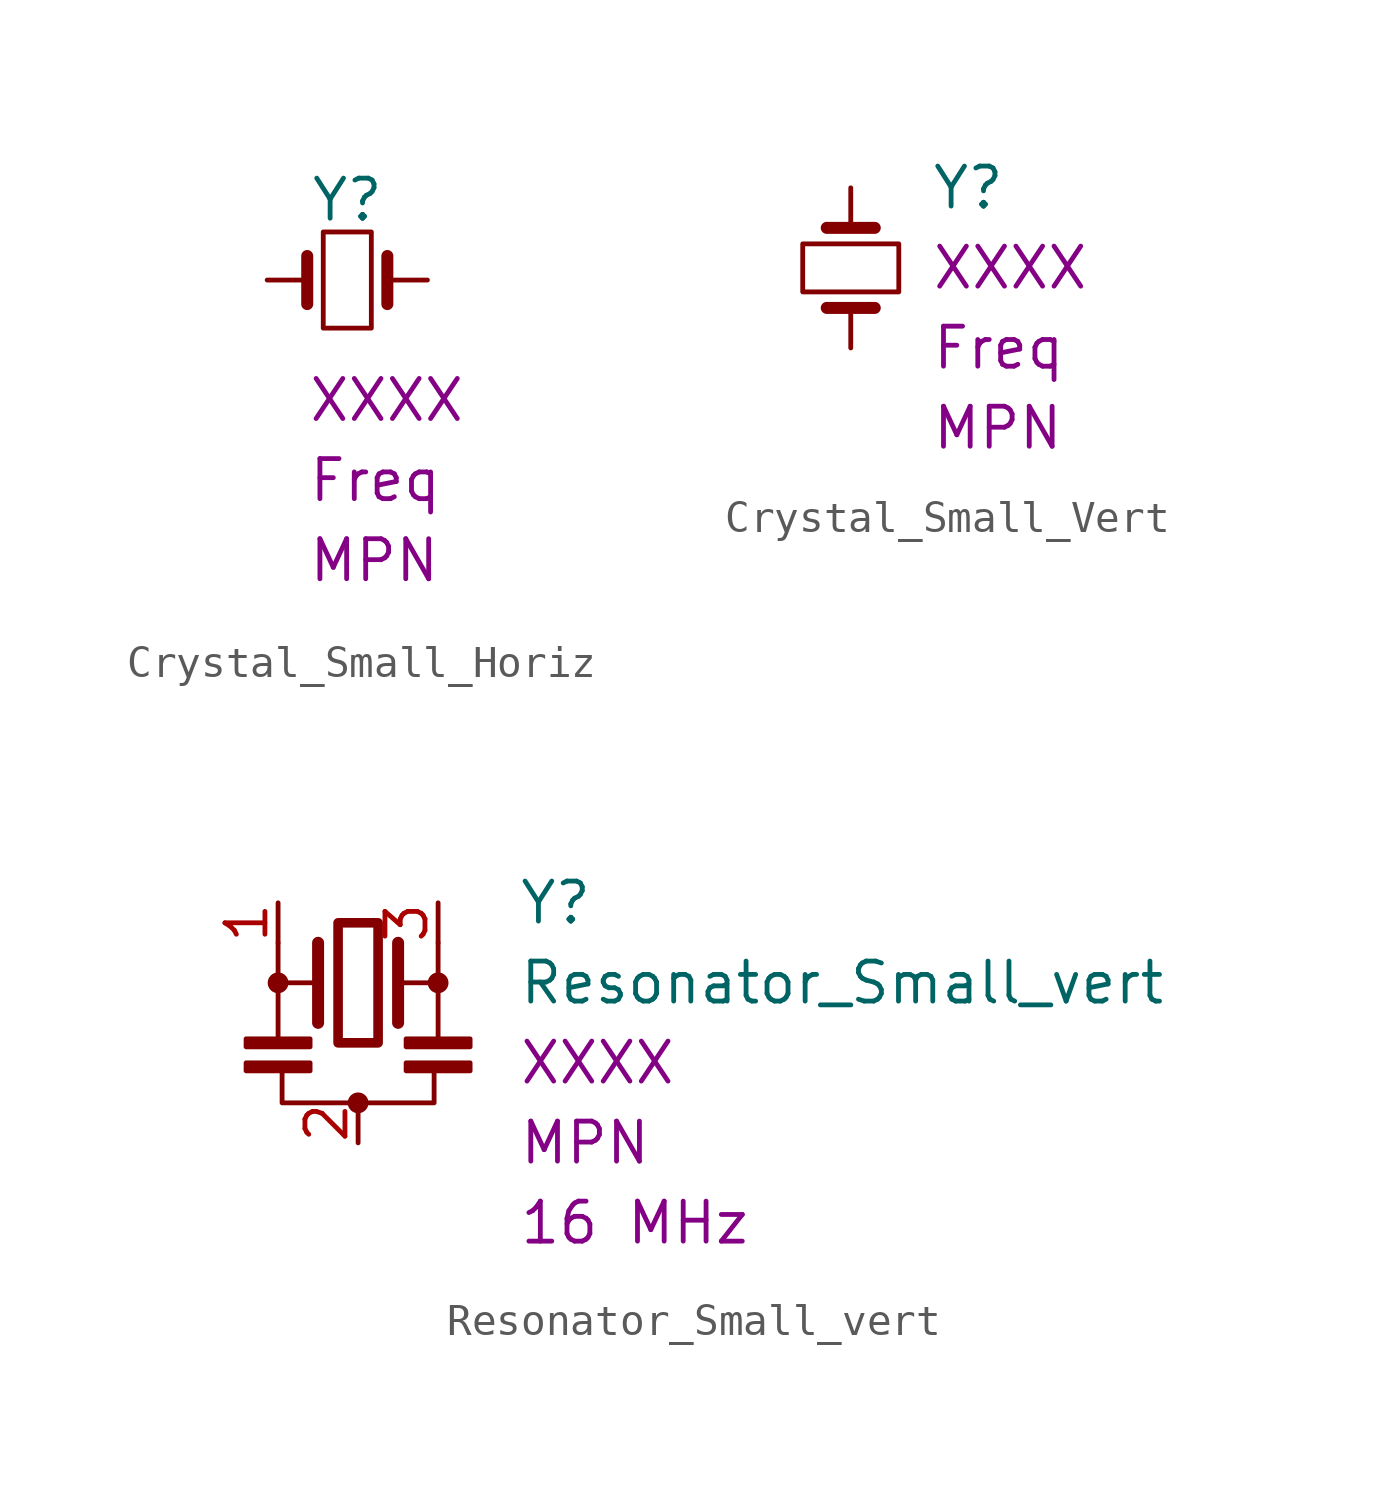
<source format=kicad_sym>
(kicad_symbol_lib
  (version 20211014)
  (generator kicad_symbol_editor)
  (symbol "Crystal_Small_Horiz"
    (pin_numbers hide)
    (pin_names
      (offset 1.016) hide)
    (property "Reference" "Y"
      (at 0 2.54 0)
      (effects (font (size 1.27 1.27))))
    (property "MPN" "MPN"
      (at -1.27 -8.89 0)
      (effects (font (size 1.27 1.27)) (justify left)))
    (property "Package" "XXXX"
      (at -1.27 -3.81 0)
      (effects (font (size 1.27 1.27)) (justify left)))
    (property "Frequency" "Freq"
      (at -1.27 -6.35 0)
      (effects (font (size 1.27 1.27)) (justify left)))
    (symbol "Crystal_Small_Horiz_0_1"
      (rectangle (start -0.762 -1.524) (end 0.762 1.524) (stroke (width 0) (type default) (color 0 0 0 0)) (fill (type none)))
      (polyline (pts (xy -1.27 -0.762) (xy -1.27 0.762)) (stroke (width 0.381) (type default) (color 0 0 0 0)) (fill (type none)))
      (polyline (pts (xy 1.27 -0.762) (xy 1.27 0.762)) (stroke (width 0.381) (type default) (color 0 0 0 0)) (fill (type none))))
    (symbol "Crystal_Small_Horiz_1_1"
      (pin passive line (at -2.54 0 0) (length 1.27) (name "1" (effects (font (size 1.27 1.27)))) (number "1" (effects (font (size 1.27 1.27)))))
      (pin passive line (at 2.54 0 180) (length 1.27) (name "2" (effects (font (size 1.27 1.27)))) (number "2" (effects (font (size 1.27 1.27)))))))
  (symbol "Crystal_Small_Vert"
    (pin_numbers hide)
    (pin_names
      (offset 1.016) hide)
    (property "Reference" "Y"
      (at 2.54 2.54 0)
      (effects (font (size 1.27 1.27)) (justify left)))
    (property "MPN" "MPN"
      (at 2.54 -5.08 0)
      (effects (font (size 1.27 1.27)) (justify left)))
    (property "Package" "XXXX"
      (at 2.54 0 0)
      (effects (font (size 1.27 1.27)) (justify left)))
    (property "Frequency" "Freq"
      (at 2.54 -2.54 0)
      (effects (font (size 1.27 1.27)) (justify left)))
    (symbol "Crystal_Small_Vert_0_1"
      (polyline (pts (xy 0.762 -1.27) (xy -0.762 -1.27)) (stroke (width 0.381) (type default) (color 0 0 0 0)) (fill (type none)))
      (polyline (pts (xy 0.762 1.27) (xy -0.762 1.27)) (stroke (width 0.381) (type default) (color 0 0 0 0)) (fill (type none)))
      (rectangle (start 1.524 -0.762) (end -1.524 0.762) (stroke (width 0) (type default) (color 0 0 0 0)) (fill (type none))))
    (symbol "Crystal_Small_Vert_1_1"
      (pin passive line (at 0 -2.54 90) (length 1.27) (name "1" (effects (font (size 1.27 1.27)))) (number "1" (effects (font (size 1.27 1.27)))))
      (pin passive line (at 0 2.54 270) (length 1.27) (name "2" (effects (font (size 1.27 1.27)))) (number "2" (effects (font (size 1.27 1.27)))))))
  (symbol "Resonator_Small_vert"
    (pin_names
      (offset 1.016) hide)
    (property "Reference" "Y"
      (at 5.08 2.54 0)
      (effects (font (size 1.27 1.27)) (justify left)))
    (property "Value" "Resonator_Small_vert"
      (at 5.08 0 0)
      (effects (font (size 1.27 1.27)) (justify left)))
    (property "MPN" "MPN"
      (at 5.08 -5.08 0)
      (effects (font (size 1.27 1.27)) (justify left)))
    (property "Package" "XXXX"
      (at 5.08 -2.54 0)
      (effects (font (size 1.27 1.27)) (justify left)))
    (property "Frequency" "16 MHz"
      (at 5.08 -7.62 0)
      (effects (font (size 1.27 1.27)) (justify left)))
    (symbol "Resonator_Small_vert_0_1"
      (rectangle (start -3.556 -2.54) (end -1.524 -2.794) (stroke (width 0) (type default) (color 0 0 0 0)) (fill (type outline)))
      (rectangle (start -3.556 -1.778) (end -1.524 -2.032) (stroke (width 0) (type default) (color 0 0 0 0)) (fill (type outline)))
      (circle (center -2.54 0) (radius 0.254) (stroke (width 0) (type default) (color 0 0 0 0)) (fill (type outline)))
      (rectangle (start -0.635 1.905) (end 0.635 -1.905) (stroke (width 0.305) (type default) (color 0 0 0 0)) (fill (type none)))
      (circle (center 0 -3.81) (radius 0.254) (stroke (width 0) (type default) (color 0 0 0 0)) (fill (type outline)))
      (polyline (pts (xy -2.54 -1.778) (xy -2.54 0)) (stroke (width 0) (type default) (color 0 0 0 0)) (fill (type none)))
      (polyline (pts (xy -2.54 0) (xy -1.397 0)) (stroke (width 0) (type default) (color 0 0 0 0)) (fill (type none)))
      (polyline (pts (xy -2.54 1.27) (xy -2.54 0)) (stroke (width 0) (type default) (color 0 0 0 0)) (fill (type none)))
      (polyline (pts (xy -1.27 -1.27) (xy -1.27 1.27)) (stroke (width 0.381) (type default) (color 0 0 0 0)) (fill (type none)))
      (polyline (pts (xy 1.27 -1.27) (xy 1.27 1.27)) (stroke (width 0.381) (type default) (color 0 0 0 0)) (fill (type none)))
      (polyline (pts (xy 1.27 0) (xy 2.54 0)) (stroke (width 0) (type default) (color 0 0 0 0)) (fill (type none)))
      (polyline (pts (xy 2.54 0) (xy 2.54 -1.778)) (stroke (width 0) (type default) (color 0 0 0 0)) (fill (type none)))
      (polyline (pts (xy 2.54 1.27) (xy 2.54 0)) (stroke (width 0) (type default) (color 0 0 0 0)) (fill (type none)))
      (polyline (pts (xy 2.413 -2.794) (xy 2.413 -3.81) (xy -2.413 -3.81) (xy -2.413 -2.667)) (stroke (width 0) (type default) (color 0 0 0 0)) (fill (type none)))
      (rectangle (start 1.524 -2.54) (end 3.556 -2.794) (stroke (width 0) (type default) (color 0 0 0 0)) (fill (type outline)))
      (rectangle (start 1.524 -1.778) (end 3.556 -2.032) (stroke (width 0) (type default) (color 0 0 0 0)) (fill (type outline)))
      (circle (center 2.54 0) (radius 0.254) (stroke (width 0) (type default) (color 0 0 0 0)) (fill (type outline))))
    (symbol "Resonator_Small_vert_1_1"
      (pin passive line (at -2.54 2.54 270) (length 1.27) (name "1" (effects (font (size 1.27 1.27)))) (number "1" (effects (font (size 1.27 1.27)))))
      (pin passive line (at 0 -5.08 90) (length 1.27) (name "2" (effects (font (size 1.27 1.27)))) (number "2" (effects (font (size 1.27 1.27)))))
      (pin passive line (at 2.54 2.54 270) (length 1.27) (name "3" (effects (font (size 1.27 1.27)))) (number "3" (effects (font (size 1.27 1.27))))))))
</source>
